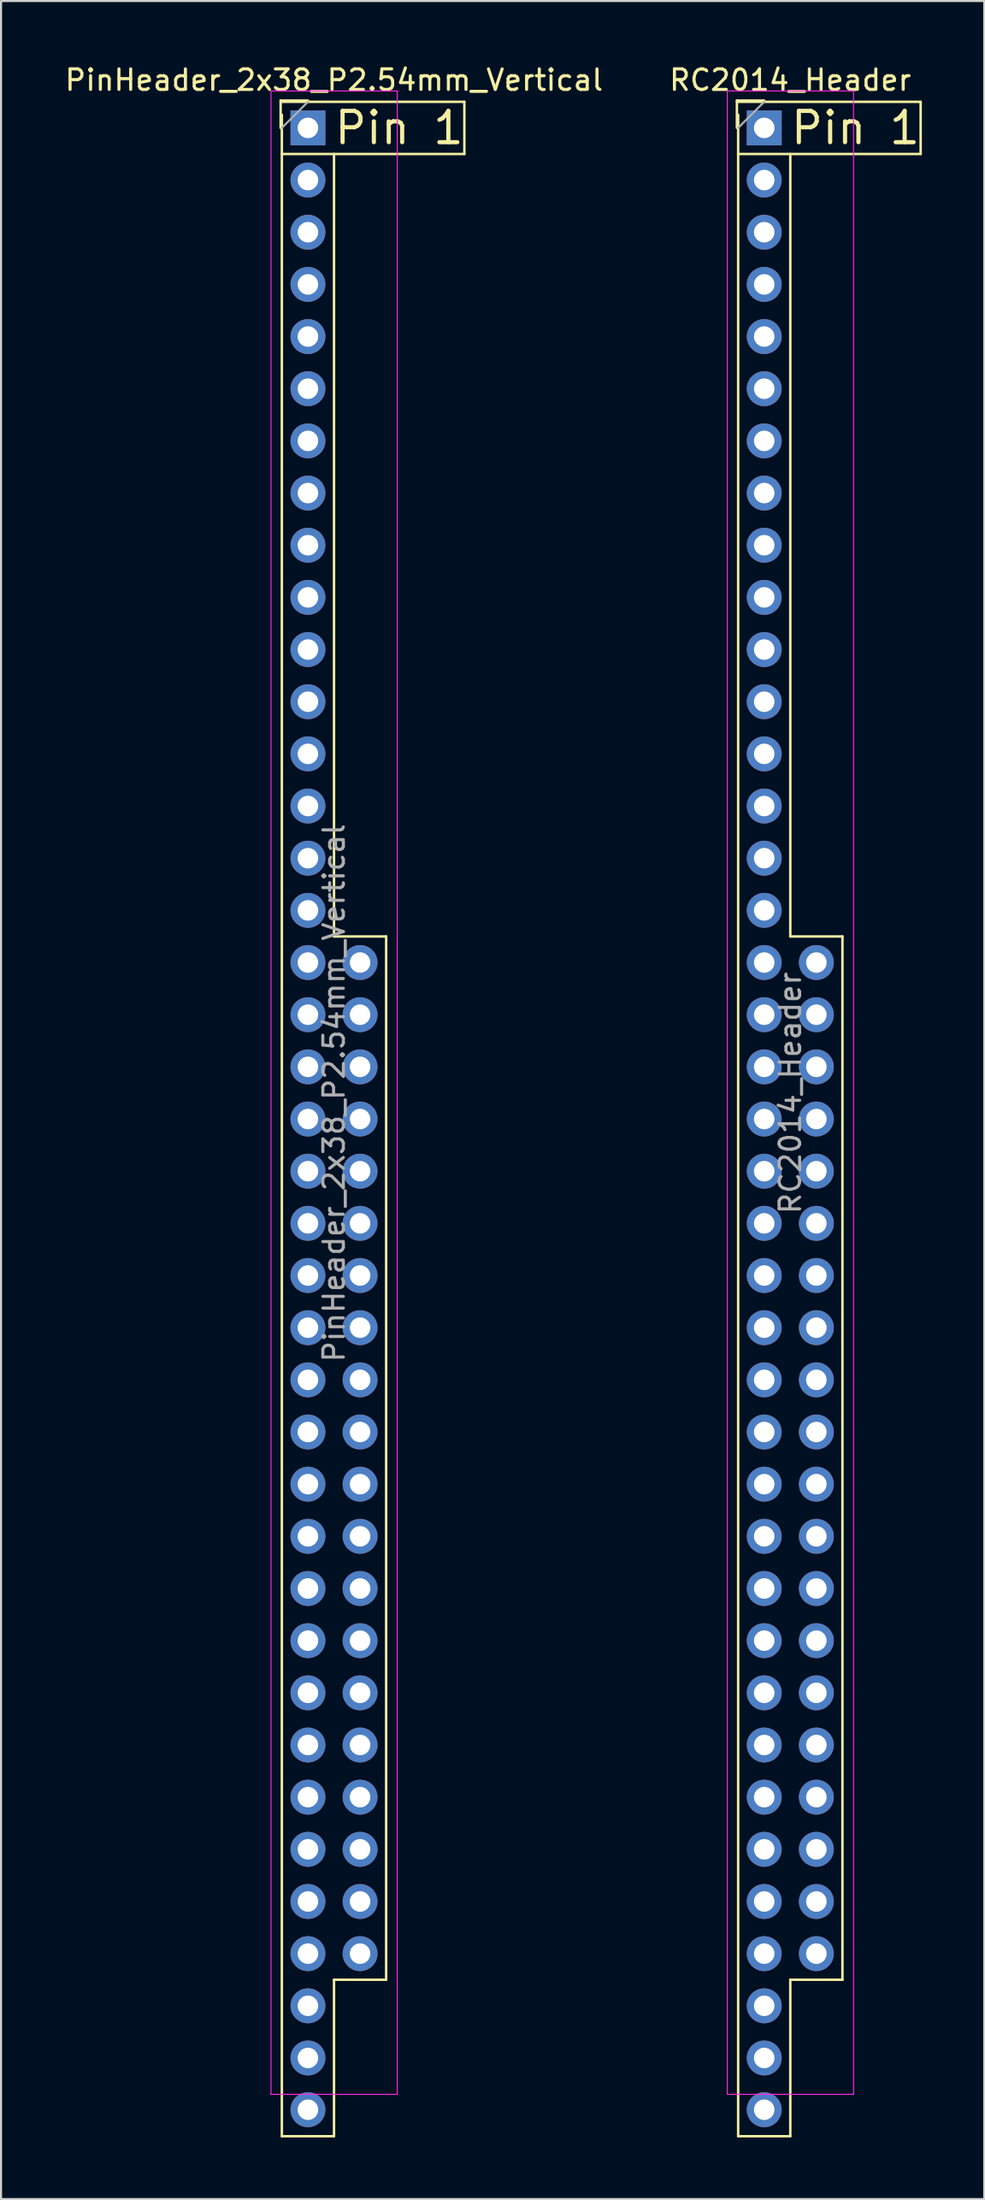
<source format=kicad_pcb>
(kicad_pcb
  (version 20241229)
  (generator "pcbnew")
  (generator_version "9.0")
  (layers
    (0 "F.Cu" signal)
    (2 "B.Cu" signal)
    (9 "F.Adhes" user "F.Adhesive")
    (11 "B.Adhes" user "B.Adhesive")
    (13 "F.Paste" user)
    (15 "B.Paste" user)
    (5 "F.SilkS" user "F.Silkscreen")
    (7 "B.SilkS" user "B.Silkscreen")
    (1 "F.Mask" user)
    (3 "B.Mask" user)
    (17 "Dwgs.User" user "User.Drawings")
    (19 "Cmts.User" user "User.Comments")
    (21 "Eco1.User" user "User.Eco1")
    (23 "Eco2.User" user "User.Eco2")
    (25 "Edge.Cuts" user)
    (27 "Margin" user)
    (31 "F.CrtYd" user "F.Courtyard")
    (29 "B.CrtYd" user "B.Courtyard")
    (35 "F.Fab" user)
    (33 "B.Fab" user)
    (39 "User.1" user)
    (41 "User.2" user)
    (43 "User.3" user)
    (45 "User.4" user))
  (footprint "PinHeader_2x38_P2.54mm_Vertical"
    (layer "F.Cu")
    (at 11.95 3.178)
    (property "Reference" "PinHeader_2x38_P2.54mm_Vertical" (at 1.27 -2.33 0) (layer "F.SilkS") (effects (font (size 1 1) (thickness 0.15))))
    (attr through_hole)
    (fp_line (start -1.33 -1.33) (end 0 -1.33) (stroke (width 0.12) (type solid)) (layer "F.SilkS"))
    (fp_line (start -1.33 0) (end -1.33 -1.33) (stroke (width 0.12) (type solid)) (layer "F.SilkS"))
    (fp_line (start -1.27 -1.27) (end 7.62 -1.27) (stroke (width 0.12) (type solid)) (layer "F.SilkS"))
    (fp_line (start -1.27 1.27) (end -1.27 -0.635) (stroke (width 0.12) (type solid)) (layer "F.SilkS"))
    (fp_line (start -1.27 1.27) (end -1.27 97.79) (stroke (width 0.12) (type solid)) (layer "F.SilkS"))
    (fp_line (start -1.27 97.79) (end 1.27 97.79) (stroke (width 0.12) (type solid)) (layer "F.SilkS"))
    (fp_line (start 1.27 39.37) (end 1.27 1.27) (stroke (width 0.12) (type solid)) (layer "F.SilkS"))
    (fp_line (start 1.27 90.17) (end 3.81 90.17) (stroke (width 0.12) (type solid)) (layer "F.SilkS"))
    (fp_line (start 1.27 97.79) (end 1.27 90.17) (stroke (width 0.12) (type solid)) (layer "F.SilkS"))
    (fp_line (start 3.81 39.37) (end 1.27 39.37) (stroke (width 0.12) (type solid)) (layer "F.SilkS"))
    (fp_line (start 3.81 90.17) (end 3.81 39.37) (stroke (width 0.12) (type solid)) (layer "F.SilkS"))
    (fp_line (start 7.62 -1.27) (end 7.62 1.27) (stroke (width 0.12) (type solid)) (layer "F.SilkS"))
    (fp_line (start 7.62 1.27) (end -1.27 1.27) (stroke (width 0.12) (type solid)) (layer "F.SilkS"))
    (fp_line (start -1.8 -1.8) (end -1.8 95.75) (stroke (width 0.05) (type solid)) (layer "F.CrtYd"))
    (fp_line (start -1.8 95.75) (end 4.35 95.75) (stroke (width 0.05) (type solid)) (layer "F.CrtYd"))
    (fp_line (start 4.35 -1.8) (end -1.8 -1.8) (stroke (width 0.05) (type solid)) (layer "F.CrtYd"))
    (fp_line (start 4.35 95.75) (end 4.35 -1.8) (stroke (width 0.05) (type solid)) (layer "F.CrtYd"))
    (fp_line (start -1.27 0) (end 0 -1.27) (stroke (width 0.1) (type solid)) (layer "F.Fab"))
    (fp_text user "Pin 1" (at 4.445 0 0) (layer "F.SilkS") (effects (font (size 1.524 1.524) (thickness 0.203))))
    (fp_text user "${REFERENCE}" (at 1.27 46.99 90) (layer "F.Fab") (effects (font (size 1 1) (thickness 0.15))))
    (pad "1" thru_hole rect (at 0 0) (size 1.7 1.7) (drill 1) (layers "*.Cu" "*.Mask"))
    (pad "2" thru_hole oval (at 0 2.54) (size 1.7 1.7) (drill 1) (layers "*.Cu" "*.Mask"))
    (pad "3" thru_hole oval (at 0 5.08) (size 1.7 1.7) (drill 1) (layers "*.Cu" "*.Mask"))
    (pad "4" thru_hole oval (at 0 7.62) (size 1.7 1.7) (drill 1) (layers "*.Cu" "*.Mask"))
    (pad "5" thru_hole oval (at 0 10.16) (size 1.7 1.7) (drill 1) (layers "*.Cu" "*.Mask"))
    (pad "6" thru_hole oval (at 0 12.7) (size 1.7 1.7) (drill 1) (layers "*.Cu" "*.Mask"))
    (pad "7" thru_hole oval (at 0 15.24) (size 1.7 1.7) (drill 1) (layers "*.Cu" "*.Mask"))
    (pad "8" thru_hole oval (at 0 17.78) (size 1.7 1.7) (drill 1) (layers "*.Cu" "*.Mask"))
    (pad "9" thru_hole oval (at 0 20.32) (size 1.7 1.7) (drill 1) (layers "*.Cu" "*.Mask"))
    (pad "10" thru_hole oval (at 0 22.86) (size 1.7 1.7) (drill 1) (layers "*.Cu" "*.Mask"))
    (pad "11" thru_hole oval (at 0 25.4) (size 1.7 1.7) (drill 1) (layers "*.Cu" "*.Mask"))
    (pad "12" thru_hole oval (at 0 27.94) (size 1.7 1.7) (drill 1) (layers "*.Cu" "*.Mask"))
    (pad "13" thru_hole oval (at 0 30.48) (size 1.7 1.7) (drill 1) (layers "*.Cu" "*.Mask"))
    (pad "14" thru_hole oval (at 0 33.02) (size 1.7 1.7) (drill 1) (layers "*.Cu" "*.Mask"))
    (pad "15" thru_hole oval (at 0 35.56) (size 1.7 1.7) (drill 1) (layers "*.Cu" "*.Mask"))
    (pad "16" thru_hole oval (at 0 38.1) (size 1.7 1.7) (drill 1) (layers "*.Cu" "*.Mask"))
    (pad "17" thru_hole oval (at 0 40.64) (size 1.7 1.7) (drill 1) (layers "*.Cu" "*.Mask"))
    (pad "18" thru_hole oval (at 0 43.18) (size 1.7 1.7) (drill 1) (layers "*.Cu" "*.Mask"))
    (pad "19" thru_hole oval (at 0 45.72) (size 1.7 1.7) (drill 1) (layers "*.Cu" "*.Mask"))
    (pad "20" thru_hole oval (at 0 48.26) (size 1.7 1.7) (drill 1) (layers "*.Cu" "*.Mask"))
    (pad "21" thru_hole oval (at 0 50.8) (size 1.7 1.7) (drill 1) (layers "*.Cu" "*.Mask"))
    (pad "22" thru_hole oval (at 0 53.34) (size 1.7 1.7) (drill 1) (layers "*.Cu" "*.Mask"))
    (pad "23" thru_hole oval (at 0 55.88) (size 1.7 1.7) (drill 1) (layers "*.Cu" "*.Mask"))
    (pad "24" thru_hole oval (at 0 58.42) (size 1.7 1.7) (drill 1) (layers "*.Cu" "*.Mask"))
    (pad "25" thru_hole oval (at 0 60.96) (size 1.7 1.7) (drill 1) (layers "*.Cu" "*.Mask"))
    (pad "26" thru_hole oval (at 0 63.5) (size 1.7 1.7) (drill 1) (layers "*.Cu" "*.Mask"))
    (pad "27" thru_hole oval (at 0 66.04) (size 1.7 1.7) (drill 1) (layers "*.Cu" "*.Mask"))
    (pad "28" thru_hole oval (at 0 68.58) (size 1.7 1.7) (drill 1) (layers "*.Cu" "*.Mask"))
    (pad "29" thru_hole oval (at 0 71.12) (size 1.7 1.7) (drill 1) (layers "*.Cu" "*.Mask"))
    (pad "30" thru_hole oval (at 0 73.66) (size 1.7 1.7) (drill 1) (layers "*.Cu" "*.Mask"))
    (pad "31" thru_hole oval (at 0 76.2) (size 1.7 1.7) (drill 1) (layers "*.Cu" "*.Mask"))
    (pad "32" thru_hole oval (at 0 78.74) (size 1.7 1.7) (drill 1) (layers "*.Cu" "*.Mask"))
    (pad "33" thru_hole oval (at 0 81.28) (size 1.7 1.7) (drill 1) (layers "*.Cu" "*.Mask"))
    (pad "34" thru_hole oval (at 0 83.82) (size 1.7 1.7) (drill 1) (layers "*.Cu" "*.Mask"))
    (pad "35" thru_hole oval (at 0 86.36) (size 1.7 1.7) (drill 1) (layers "*.Cu" "*.Mask"))
    (pad "36" thru_hole oval (at 0 88.9) (size 1.7 1.7) (drill 1) (layers "*.Cu" "*.Mask"))
    (pad "37" thru_hole oval (at 0 91.44) (size 1.7 1.7) (drill 1) (layers "*.Cu" "*.Mask"))
    (pad "38" thru_hole oval (at 0 93.98) (size 1.7 1.7) (drill 1) (layers "*.Cu" "*.Mask"))
    (pad "39" thru_hole oval (at 0 96.5) (size 1.7 1.7) (drill 1) (layers "*.Cu" "*.Mask"))
    (pad "B1" thru_hole oval (at 2.54 40.64) (size 1.7 1.7) (drill 1) (layers "*.Cu" "*.Mask"))
    (pad "B2" thru_hole oval (at 2.54 43.18) (size 1.7 1.7) (drill 1) (layers "*.Cu" "*.Mask"))
    (pad "B3" thru_hole oval (at 2.54 45.72) (size 1.7 1.7) (drill 1) (layers "*.Cu" "*.Mask"))
    (pad "B4" thru_hole oval (at 2.54 48.26) (size 1.7 1.7) (drill 1) (layers "*.Cu" "*.Mask"))
    (pad "B5" thru_hole oval (at 2.54 50.8) (size 1.7 1.7) (drill 1) (layers "*.Cu" "*.Mask"))
    (pad "B6" thru_hole oval (at 2.54 53.34) (size 1.7 1.7) (drill 1) (layers "*.Cu" "*.Mask"))
    (pad "B7" thru_hole oval (at 2.54 55.88) (size 1.7 1.7) (drill 1) (layers "*.Cu" "*.Mask"))
    (pad "B8" thru_hole oval (at 2.54 58.42) (size 1.7 1.7) (drill 1) (layers "*.Cu" "*.Mask"))
    (pad "B9" thru_hole oval (at 2.54 60.96) (size 1.7 1.7) (drill 1) (layers "*.Cu" "*.Mask"))
    (pad "B10" thru_hole oval (at 2.54 63.5) (size 1.7 1.7) (drill 1) (layers "*.Cu" "*.Mask"))
    (pad "B11" thru_hole oval (at 2.54 66.04) (size 1.7 1.7) (drill 1) (layers "*.Cu" "*.Mask"))
    (pad "B12" thru_hole oval (at 2.54 68.58) (size 1.7 1.7) (drill 1) (layers "*.Cu" "*.Mask"))
    (pad "B13" thru_hole oval (at 2.54 71.12) (size 1.7 1.7) (drill 1) (layers "*.Cu" "*.Mask"))
    (pad "B14" thru_hole oval (at 2.54 73.66) (size 1.7 1.7) (drill 1) (layers "*.Cu" "*.Mask"))
    (pad "B15" thru_hole oval (at 2.54 76.2) (size 1.7 1.7) (drill 1) (layers "*.Cu" "*.Mask"))
    (pad "B16" thru_hole oval (at 2.54 78.74) (size 1.7 1.7) (drill 1) (layers "*.Cu" "*.Mask"))
    (pad "B17" thru_hole oval (at 2.54 81.28) (size 1.7 1.7) (drill 1) (layers "*.Cu" "*.Mask"))
    (pad "B18" thru_hole oval (at 2.54 83.82) (size 1.7 1.7) (drill 1) (layers "*.Cu" "*.Mask"))
    (pad "B19" thru_hole oval (at 2.54 86.36) (size 1.7 1.7) (drill 1) (layers "*.Cu" "*.Mask"))
    (pad "B20" thru_hole oval (at 2.54 88.9) (size 1.7 1.7) (drill 1) (layers "*.Cu" "*.Mask")))
  (footprint "RC2014_Header"
    (layer "F.Cu")
    (at 34.176 3.178)
    (property "Reference" "RC2014_Header" (at 1.27 -2.33 0) (layer "F.SilkS") (effects (font (size 1 1) (thickness 0.15))))
    (attr through_hole)
    (fp_line (start -1.33 -1.33) (end 0 -1.33) (stroke (width 0.12) (type solid)) (layer "F.SilkS"))
    (fp_line (start -1.33 0) (end -1.33 -1.33) (stroke (width 0.12) (type solid)) (layer "F.SilkS"))
    (fp_line (start -1.27 -1.27) (end 7.62 -1.27) (stroke (width 0.12) (type solid)) (layer "F.SilkS"))
    (fp_line (start -1.27 1.27) (end -1.27 -0.635) (stroke (width 0.12) (type solid)) (layer "F.SilkS"))
    (fp_line (start -1.27 1.27) (end -1.27 97.79) (stroke (width 0.12) (type solid)) (layer "F.SilkS"))
    (fp_line (start -1.27 97.79) (end 1.27 97.79) (stroke (width 0.12) (type solid)) (layer "F.SilkS"))
    (fp_line (start 1.27 39.37) (end 1.27 1.27) (stroke (width 0.12) (type solid)) (layer "F.SilkS"))
    (fp_line (start 1.27 90.17) (end 3.81 90.17) (stroke (width 0.12) (type solid)) (layer "F.SilkS"))
    (fp_line (start 1.27 97.79) (end 1.27 90.17) (stroke (width 0.12) (type solid)) (layer "F.SilkS"))
    (fp_line (start 3.81 39.37) (end 1.27 39.37) (stroke (width 0.12) (type solid)) (layer "F.SilkS"))
    (fp_line (start 3.81 90.17) (end 3.81 39.37) (stroke (width 0.12) (type solid)) (layer "F.SilkS"))
    (fp_line (start 7.62 -1.27) (end 7.62 1.27) (stroke (width 0.12) (type solid)) (layer "F.SilkS"))
    (fp_line (start 7.62 1.27) (end -1.27 1.27) (stroke (width 0.12) (type solid)) (layer "F.SilkS"))
    (fp_line (start -1.8 -1.8) (end -1.8 95.75) (stroke (width 0.05) (type solid)) (layer "F.CrtYd"))
    (fp_line (start -1.8 95.75) (end 4.35 95.75) (stroke (width 0.05) (type solid)) (layer "F.CrtYd"))
    (fp_line (start 4.35 -1.8) (end -1.8 -1.8) (stroke (width 0.05) (type solid)) (layer "F.CrtYd"))
    (fp_line (start 4.35 95.75) (end 4.35 -1.8) (stroke (width 0.05) (type solid)) (layer "F.CrtYd"))
    (fp_line (start -1.27 0) (end 0 -1.27) (stroke (width 0.1) (type solid)) (layer "F.Fab"))
    (fp_text user "Pin 1" (at 4.445 0 0) (layer "F.SilkS") (effects (font (size 1.524 1.524) (thickness 0.203))))
    (fp_text user "${REFERENCE}" (at 1.27 46.99 90) (layer "F.Fab") (effects (font (size 1 1) (thickness 0.15))))
    (pad "1" thru_hole rect (at 0 0) (size 1.7 1.7) (drill 1) (layers "*.Cu" "*.Mask"))
    (pad "2" thru_hole oval (at 0 2.54) (size 1.7 1.7) (drill 1) (layers "*.Cu" "*.Mask"))
    (pad "3" thru_hole oval (at 0 5.08) (size 1.7 1.7) (drill 1) (layers "*.Cu" "*.Mask"))
    (pad "4" thru_hole oval (at 0 7.62) (size 1.7 1.7) (drill 1) (layers "*.Cu" "*.Mask"))
    (pad "5" thru_hole oval (at 0 10.16) (size 1.7 1.7) (drill 1) (layers "*.Cu" "*.Mask"))
    (pad "6" thru_hole oval (at 0 12.7) (size 1.7 1.7) (drill 1) (layers "*.Cu" "*.Mask"))
    (pad "7" thru_hole oval (at 0 15.24) (size 1.7 1.7) (drill 1) (layers "*.Cu" "*.Mask"))
    (pad "8" thru_hole oval (at 0 17.78) (size 1.7 1.7) (drill 1) (layers "*.Cu" "*.Mask"))
    (pad "9" thru_hole oval (at 0 20.32) (size 1.7 1.7) (drill 1) (layers "*.Cu" "*.Mask"))
    (pad "10" thru_hole oval (at 0 22.86) (size 1.7 1.7) (drill 1) (layers "*.Cu" "*.Mask"))
    (pad "11" thru_hole oval (at 0 25.4) (size 1.7 1.7) (drill 1) (layers "*.Cu" "*.Mask"))
    (pad "12" thru_hole oval (at 0 27.94) (size 1.7 1.7) (drill 1) (layers "*.Cu" "*.Mask"))
    (pad "13" thru_hole oval (at 0 30.48) (size 1.7 1.7) (drill 1) (layers "*.Cu" "*.Mask"))
    (pad "14" thru_hole oval (at 0 33.02) (size 1.7 1.7) (drill 1) (layers "*.Cu" "*.Mask"))
    (pad "15" thru_hole oval (at 0 35.56) (size 1.7 1.7) (drill 1) (layers "*.Cu" "*.Mask"))
    (pad "16" thru_hole oval (at 0 38.1) (size 1.7 1.7) (drill 1) (layers "*.Cu" "*.Mask"))
    (pad "17" thru_hole oval (at 0 40.64) (size 1.7 1.7) (drill 1) (layers "*.Cu" "*.Mask"))
    (pad "18" thru_hole oval (at 0 43.18) (size 1.7 1.7) (drill 1) (layers "*.Cu" "*.Mask"))
    (pad "19" thru_hole oval (at 0 45.72) (size 1.7 1.7) (drill 1) (layers "*.Cu" "*.Mask"))
    (pad "20" thru_hole oval (at 0 48.26) (size 1.7 1.7) (drill 1) (layers "*.Cu" "*.Mask"))
    (pad "21" thru_hole oval (at 0 50.8) (size 1.7 1.7) (drill 1) (layers "*.Cu" "*.Mask"))
    (pad "22" thru_hole oval (at 0 53.34) (size 1.7 1.7) (drill 1) (layers "*.Cu" "*.Mask"))
    (pad "23" thru_hole oval (at 0 55.88) (size 1.7 1.7) (drill 1) (layers "*.Cu" "*.Mask"))
    (pad "24" thru_hole oval (at 0 58.42) (size 1.7 1.7) (drill 1) (layers "*.Cu" "*.Mask"))
    (pad "25" thru_hole oval (at 0 60.96) (size 1.7 1.7) (drill 1) (layers "*.Cu" "*.Mask"))
    (pad "26" thru_hole oval (at 0 63.5) (size 1.7 1.7) (drill 1) (layers "*.Cu" "*.Mask"))
    (pad "27" thru_hole oval (at 0 66.04) (size 1.7 1.7) (drill 1) (layers "*.Cu" "*.Mask"))
    (pad "28" thru_hole oval (at 0 68.58) (size 1.7 1.7) (drill 1) (layers "*.Cu" "*.Mask"))
    (pad "29" thru_hole oval (at 0 71.12) (size 1.7 1.7) (drill 1) (layers "*.Cu" "*.Mask"))
    (pad "30" thru_hole oval (at 0 73.66) (size 1.7 1.7) (drill 1) (layers "*.Cu" "*.Mask"))
    (pad "31" thru_hole oval (at 0 76.2) (size 1.7 1.7) (drill 1) (layers "*.Cu" "*.Mask"))
    (pad "32" thru_hole oval (at 0 78.74) (size 1.7 1.7) (drill 1) (layers "*.Cu" "*.Mask"))
    (pad "33" thru_hole oval (at 0 81.28) (size 1.7 1.7) (drill 1) (layers "*.Cu" "*.Mask"))
    (pad "34" thru_hole oval (at 0 83.82) (size 1.7 1.7) (drill 1) (layers "*.Cu" "*.Mask"))
    (pad "35" thru_hole oval (at 0 86.36) (size 1.7 1.7) (drill 1) (layers "*.Cu" "*.Mask"))
    (pad "36" thru_hole oval (at 0 88.9) (size 1.7 1.7) (drill 1) (layers "*.Cu" "*.Mask"))
    (pad "37" thru_hole oval (at 0 91.44) (size 1.7 1.7) (drill 1) (layers "*.Cu" "*.Mask"))
    (pad "38" thru_hole oval (at 0 93.98) (size 1.7 1.7) (drill 1) (layers "*.Cu" "*.Mask"))
    (pad "39" thru_hole oval (at 0 96.5) (size 1.7 1.7) (drill 1) (layers "*.Cu" "*.Mask"))
    (pad "B1" thru_hole oval (at 2.54 40.64) (size 1.7 1.7) (drill 1) (layers "*.Cu" "*.Mask"))
    (pad "B2" thru_hole oval (at 2.54 43.18) (size 1.7 1.7) (drill 1) (layers "*.Cu" "*.Mask"))
    (pad "B3" thru_hole oval (at 2.54 45.72) (size 1.7 1.7) (drill 1) (layers "*.Cu" "*.Mask"))
    (pad "B4" thru_hole oval (at 2.54 48.26) (size 1.7 1.7) (drill 1) (layers "*.Cu" "*.Mask"))
    (pad "B5" thru_hole oval (at 2.54 50.8) (size 1.7 1.7) (drill 1) (layers "*.Cu" "*.Mask"))
    (pad "B6" thru_hole oval (at 2.54 53.34) (size 1.7 1.7) (drill 1) (layers "*.Cu" "*.Mask"))
    (pad "B7" thru_hole oval (at 2.54 55.88) (size 1.7 1.7) (drill 1) (layers "*.Cu" "*.Mask"))
    (pad "B8" thru_hole oval (at 2.54 58.42) (size 1.7 1.7) (drill 1) (layers "*.Cu" "*.Mask"))
    (pad "B9" thru_hole oval (at 2.54 60.96) (size 1.7 1.7) (drill 1) (layers "*.Cu" "*.Mask"))
    (pad "B10" thru_hole oval (at 2.54 63.5) (size 1.7 1.7) (drill 1) (layers "*.Cu" "*.Mask"))
    (pad "B11" thru_hole oval (at 2.54 66.04) (size 1.7 1.7) (drill 1) (layers "*.Cu" "*.Mask"))
    (pad "B12" thru_hole oval (at 2.54 68.58) (size 1.7 1.7) (drill 1) (layers "*.Cu" "*.Mask"))
    (pad "B13" thru_hole oval (at 2.54 71.12) (size 1.7 1.7) (drill 1) (layers "*.Cu" "*.Mask"))
    (pad "B14" thru_hole oval (at 2.54 73.66) (size 1.7 1.7) (drill 1) (layers "*.Cu" "*.Mask"))
    (pad "B15" thru_hole oval (at 2.54 76.2) (size 1.7 1.7) (drill 1) (layers "*.Cu" "*.Mask"))
    (pad "B16" thru_hole oval (at 2.54 78.74) (size 1.7 1.7) (drill 1) (layers "*.Cu" "*.Mask"))
    (pad "B17" thru_hole oval (at 2.54 81.28) (size 1.7 1.7) (drill 1) (layers "*.Cu" "*.Mask"))
    (pad "B18" thru_hole oval (at 2.54 83.82) (size 1.7 1.7) (drill 1) (layers "*.Cu" "*.Mask"))
    (pad "B19" thru_hole oval (at 2.54 86.36) (size 1.7 1.7) (drill 1) (layers "*.Cu" "*.Mask"))
    (pad "B20" thru_hole oval (at 2.54 88.9) (size 1.7 1.7) (drill 1) (layers "*.Cu" "*.Mask")))
  (gr_rect
    (start -3 -3)
    (end 44.894 104.028)
    (stroke (width 0.1) (type default))
    (fill no)
    (layer "Edge.Cuts")))
</source>
